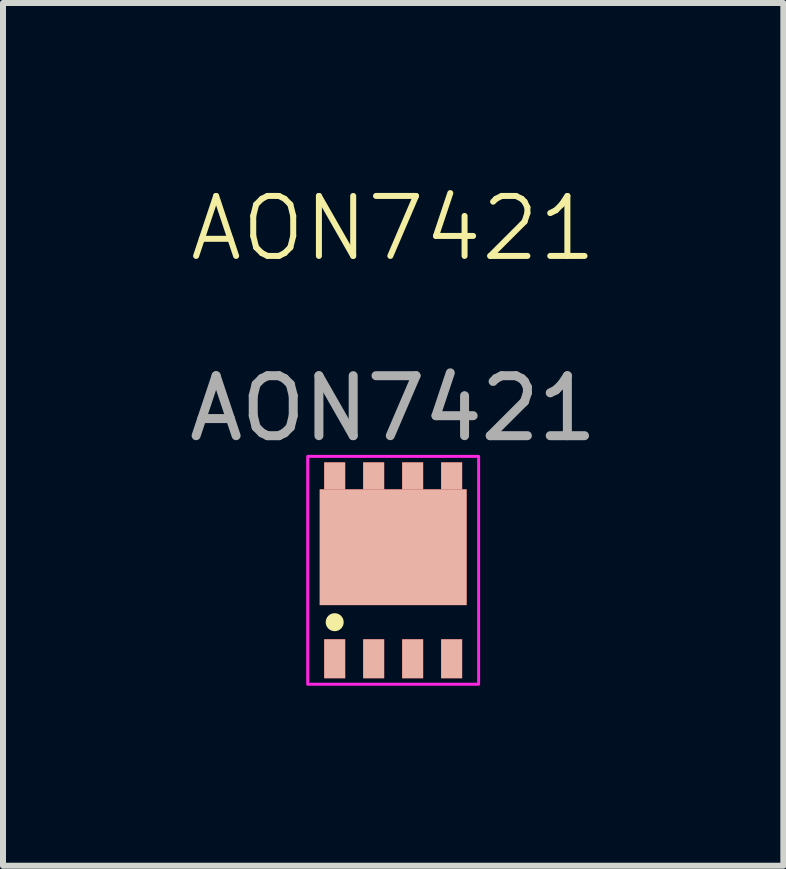
<source format=kicad_pcb>
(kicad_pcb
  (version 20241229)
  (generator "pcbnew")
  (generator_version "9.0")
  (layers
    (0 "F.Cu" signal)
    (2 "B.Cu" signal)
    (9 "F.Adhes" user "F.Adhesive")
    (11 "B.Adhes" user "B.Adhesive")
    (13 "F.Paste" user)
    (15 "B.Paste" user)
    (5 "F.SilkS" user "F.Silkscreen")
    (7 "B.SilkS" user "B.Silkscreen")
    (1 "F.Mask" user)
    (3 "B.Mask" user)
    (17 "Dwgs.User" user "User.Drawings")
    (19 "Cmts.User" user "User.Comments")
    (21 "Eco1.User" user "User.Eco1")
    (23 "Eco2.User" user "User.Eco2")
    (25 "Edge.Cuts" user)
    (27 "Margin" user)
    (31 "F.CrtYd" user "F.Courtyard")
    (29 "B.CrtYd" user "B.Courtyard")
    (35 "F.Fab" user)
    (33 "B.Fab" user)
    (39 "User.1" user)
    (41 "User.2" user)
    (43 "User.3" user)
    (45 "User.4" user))
  (footprint "AON7421"
    (layer "F.Cu")
    (at 3.506 6.46)
    (property "Reference" "AON7421" (at 0 -5.7 0) (unlocked yes) (layer "F.SilkS") (effects (font (size 1 1) (thickness 0.1))))
    (attr smd)
    (fp_circle (center -0.975 0.865) (end -0.875 0.865) (stroke (width 0.1) (type solid)) (fill yes) (layer "F.SilkS"))
    (fp_rect (start -1.425 -1.9) (end 1.425 1.9) (stroke (width 0.05) (type solid)) (fill no) (layer "F.CrtYd"))
    (fp_text user "${REFERENCE}" (at 0 -2.7 0) (unlocked yes) (layer "F.Fab") (effects (font (size 1 1) (thickness 0.15))))
    (pad "1" smd rect (at 0.975 1.475) (size 0.35 0.65) (layers "F.Cu" "F.Mask" "B.SilkS" "F.Paste"))
    (pad "2" smd rect (at -0.975 1.475) (size 0.35 0.65) (layers "F.Cu" "F.Mask" "B.SilkS" "F.Paste"))
    (pad "2" smd rect (at -0.325 1.475) (size 0.35 0.65) (layers "F.Cu" "F.Mask" "B.SilkS" "F.Paste"))
    (pad "2" smd rect (at 0.325 1.475) (size 0.35 0.65) (layers "F.Cu" "F.Mask" "B.SilkS" "F.Paste"))
    (pad "3" smd rect (at -0.975 -1.575) (size 0.35 0.45) (layers "F.Cu" "F.Mask" "B.SilkS" "F.Paste"))
    (pad "3" smd rect (at -0.325 -1.575) (size 0.35 0.45) (layers "F.Cu" "F.Mask" "B.SilkS" "F.Paste"))
    (pad "3" smd rect (at 0 -0.385) (size 2.45 1.93) (layers "F.Cu" "F.Mask" "B.SilkS" "F.Paste"))
    (pad "3" smd rect (at 0.325 -1.575) (size 0.35 0.45) (layers "F.Cu" "F.Mask" "B.SilkS" "F.Paste"))
    (pad "3" smd rect (at 0.975 -1.575) (size 0.35 0.45) (layers "F.Cu" "F.Mask" "B.SilkS" "F.Paste")))
  (gr_rect
    (start -3 -3)
    (end 10.012 11.386)
    (stroke (width 0.1) (type default))
    (fill no)
    (layer "Edge.Cuts")))
</source>
